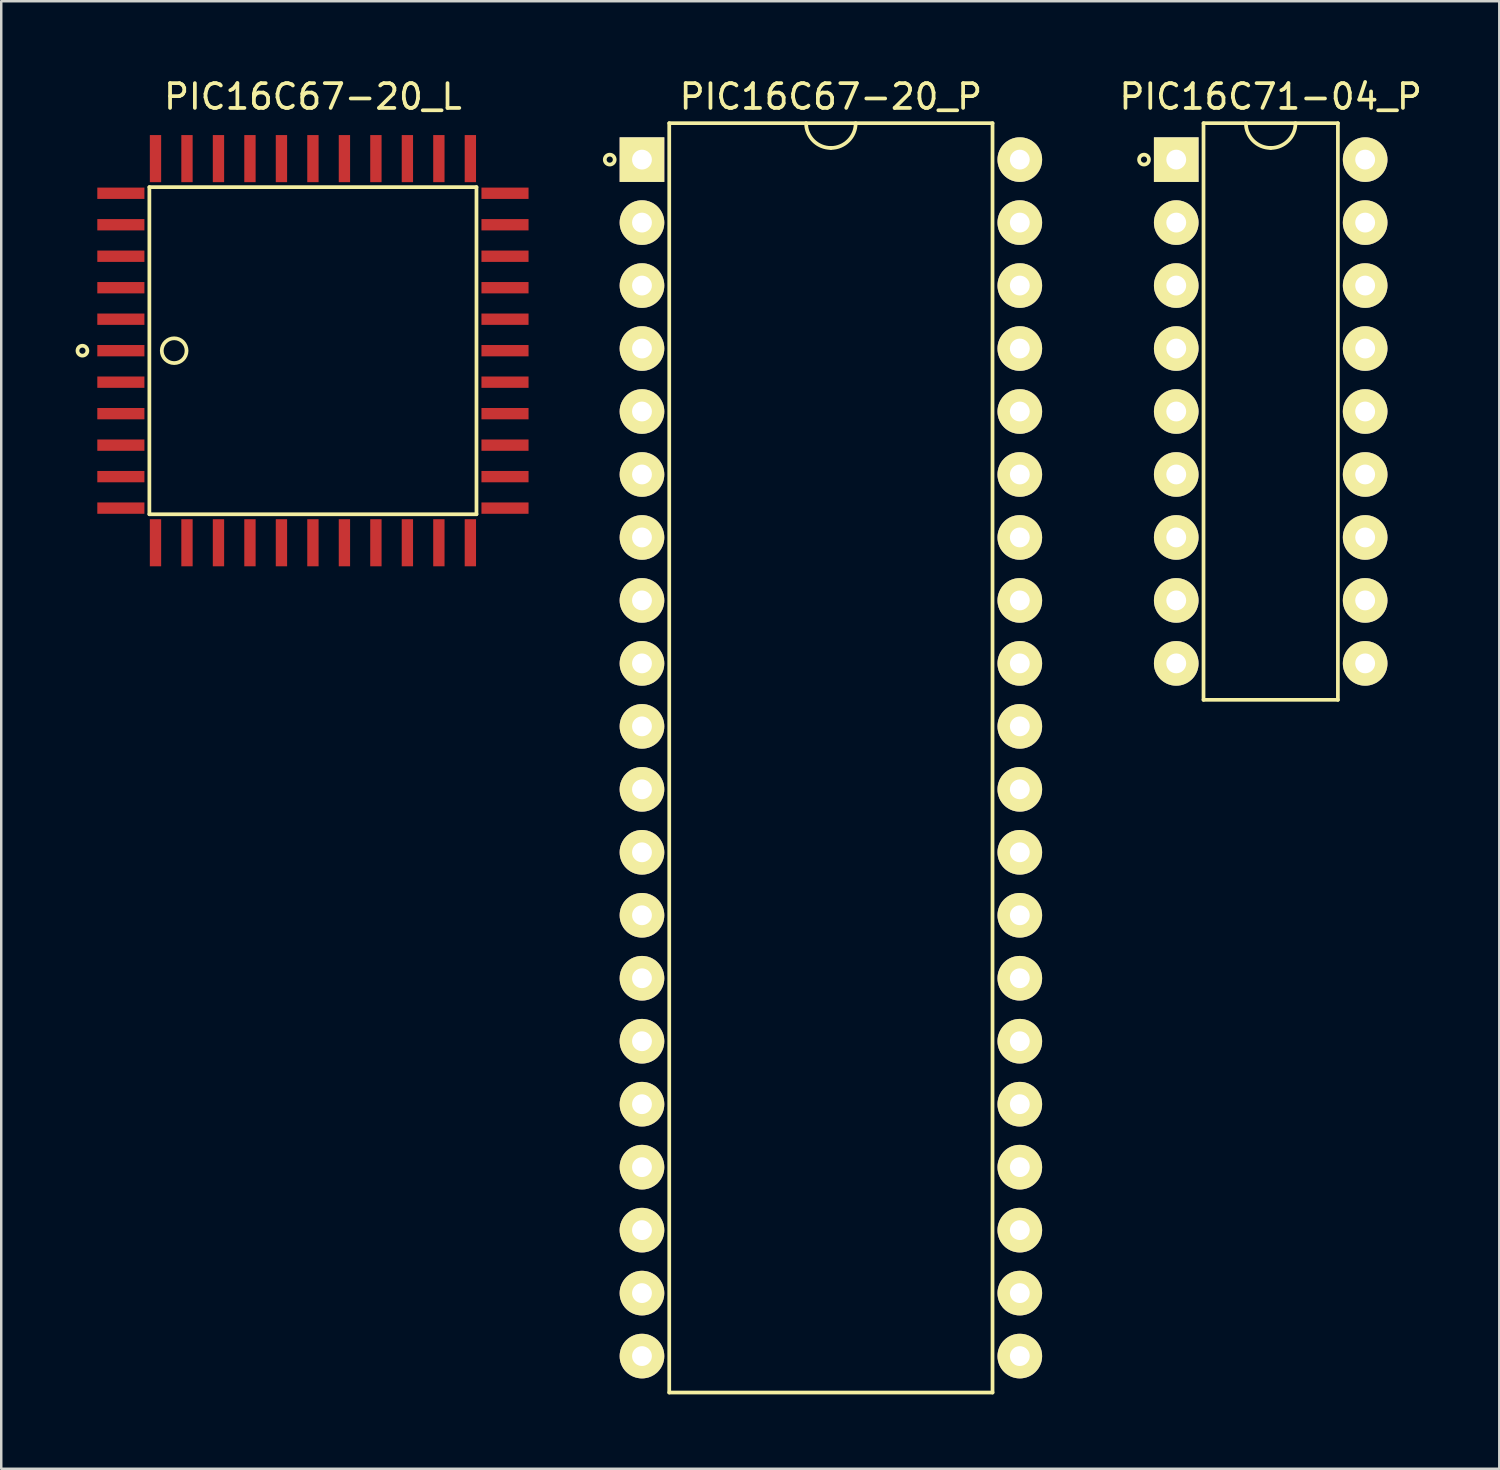
<source format=kicad_pcb>
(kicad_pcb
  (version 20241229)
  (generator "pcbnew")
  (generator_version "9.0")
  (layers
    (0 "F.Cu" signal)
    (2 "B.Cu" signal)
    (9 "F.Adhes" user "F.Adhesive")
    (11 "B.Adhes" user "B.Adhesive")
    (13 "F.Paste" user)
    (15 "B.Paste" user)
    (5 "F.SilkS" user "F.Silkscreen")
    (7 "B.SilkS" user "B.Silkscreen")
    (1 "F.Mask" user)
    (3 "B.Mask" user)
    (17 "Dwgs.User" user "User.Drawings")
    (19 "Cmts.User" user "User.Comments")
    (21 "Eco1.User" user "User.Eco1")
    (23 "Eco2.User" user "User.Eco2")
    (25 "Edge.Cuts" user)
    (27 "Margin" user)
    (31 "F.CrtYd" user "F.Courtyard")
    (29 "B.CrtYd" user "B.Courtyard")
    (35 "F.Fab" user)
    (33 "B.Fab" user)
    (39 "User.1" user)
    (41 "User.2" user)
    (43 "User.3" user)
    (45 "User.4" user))
  (footprint "PIC16C67-20_L"
    (layer "F.Cu")
    (at 1.825 3.348)
    (property "Reference" "PIC16C67-20_L" (at 7.747 -2.5 0) (layer "F.SilkS") (effects (font (size 1 1) (thickness 0.15))))
    (attr through_hole)
    (fp_line (start 1.15 1.15) (end 1.15 14.344) (stroke (width 0.15) (type solid)) (layer "F.SilkS"))
    (fp_line (start 1.15 1.15) (end 14.344 1.15) (stroke (width 0.15) (type solid)) (layer "F.SilkS"))
    (fp_line (start 1.15 14.344) (end 14.344 14.344) (stroke (width 0.15) (type solid)) (layer "F.SilkS"))
    (fp_line (start 14.344 14.344) (end 14.344 1.15) (stroke (width 0.15) (type solid)) (layer "F.SilkS"))
    (fp_circle (center -1.55 7.747) (end -1.55 7.547) (stroke (width 0.15) (type solid)) (fill no) (layer "F.SilkS"))
    (fp_circle (center 2.15 7.747) (end 2.15 7.247) (stroke (width 0.15) (type solid)) (fill no) (layer "F.SilkS"))
    (pad "1" smd rect (at 0 7.747) (size 1.9 0.457) (layers "F.Cu" "F.Mask" "F.Paste"))
    (pad "2" smd rect (at 0 9.017) (size 1.9 0.457) (layers "F.Cu" "F.Mask" "F.Paste"))
    (pad "3" smd rect (at 0 10.287) (size 1.9 0.457) (layers "F.Cu" "F.Mask" "F.Paste"))
    (pad "4" smd rect (at 0 11.557) (size 1.9 0.457) (layers "F.Cu" "F.Mask" "F.Paste"))
    (pad "5" smd rect (at 0 12.827) (size 1.9 0.457) (layers "F.Cu" "F.Mask" "F.Paste"))
    (pad "6" smd rect (at 0 14.097) (size 1.9 0.457) (layers "F.Cu" "F.Mask" "F.Paste"))
    (pad "7" smd rect (at 1.397 15.494) (size 0.457 1.9) (layers "F.Cu" "F.Mask" "F.Paste"))
    (pad "8" smd rect (at 2.667 15.494) (size 0.457 1.9) (layers "F.Cu" "F.Mask" "F.Paste"))
    (pad "9" smd rect (at 3.937 15.494) (size 0.457 1.9) (layers "F.Cu" "F.Mask" "F.Paste"))
    (pad "10" smd rect (at 5.207 15.494) (size 0.457 1.9) (layers "F.Cu" "F.Mask" "F.Paste"))
    (pad "11" smd rect (at 6.477 15.494) (size 0.457 1.9) (layers "F.Cu" "F.Mask" "F.Paste"))
    (pad "12" smd rect (at 7.747 15.494) (size 0.457 1.9) (layers "F.Cu" "F.Mask" "F.Paste"))
    (pad "13" smd rect (at 9.017 15.494) (size 0.457 1.9) (layers "F.Cu" "F.Mask" "F.Paste"))
    (pad "14" smd rect (at 10.287 15.494) (size 0.457 1.9) (layers "F.Cu" "F.Mask" "F.Paste"))
    (pad "15" smd rect (at 11.557 15.494) (size 0.457 1.9) (layers "F.Cu" "F.Mask" "F.Paste"))
    (pad "16" smd rect (at 12.827 15.494) (size 0.457 1.9) (layers "F.Cu" "F.Mask" "F.Paste"))
    (pad "17" smd rect (at 14.097 15.494) (size 0.457 1.9) (layers "F.Cu" "F.Mask" "F.Paste"))
    (pad "18" smd rect (at 15.494 14.097) (size 1.9 0.457) (layers "F.Cu" "F.Mask" "F.Paste"))
    (pad "19" smd rect (at 15.494 12.827) (size 1.9 0.457) (layers "F.Cu" "F.Mask" "F.Paste"))
    (pad "20" smd rect (at 15.494 11.557) (size 1.9 0.457) (layers "F.Cu" "F.Mask" "F.Paste"))
    (pad "21" smd rect (at 15.494 10.287) (size 1.9 0.457) (layers "F.Cu" "F.Mask" "F.Paste"))
    (pad "22" smd rect (at 15.494 9.017) (size 1.9 0.457) (layers "F.Cu" "F.Mask" "F.Paste"))
    (pad "23" smd rect (at 15.494 7.747) (size 1.9 0.457) (layers "F.Cu" "F.Mask" "F.Paste"))
    (pad "24" smd rect (at 15.494 6.477) (size 1.9 0.457) (layers "F.Cu" "F.Mask" "F.Paste"))
    (pad "25" smd rect (at 15.494 5.207) (size 1.9 0.457) (layers "F.Cu" "F.Mask" "F.Paste"))
    (pad "26" smd rect (at 15.494 3.937) (size 1.9 0.457) (layers "F.Cu" "F.Mask" "F.Paste"))
    (pad "27" smd rect (at 15.494 2.667) (size 1.9 0.457) (layers "F.Cu" "F.Mask" "F.Paste"))
    (pad "28" smd rect (at 15.494 1.397) (size 1.9 0.457) (layers "F.Cu" "F.Mask" "F.Paste"))
    (pad "29" smd rect (at 14.097 0) (size 0.457 1.9) (layers "F.Cu" "F.Mask" "F.Paste"))
    (pad "30" smd rect (at 12.827 0) (size 0.457 1.9) (layers "F.Cu" "F.Mask" "F.Paste"))
    (pad "31" smd rect (at 11.557 0) (size 0.457 1.9) (layers "F.Cu" "F.Mask" "F.Paste"))
    (pad "32" smd rect (at 10.287 0) (size 0.457 1.9) (layers "F.Cu" "F.Mask" "F.Paste"))
    (pad "33" smd rect (at 9.017 0) (size 0.457 1.9) (layers "F.Cu" "F.Mask" "F.Paste"))
    (pad "34" smd rect (at 7.747 0) (size 0.457 1.9) (layers "F.Cu" "F.Mask" "F.Paste"))
    (pad "35" smd rect (at 6.477 0) (size 0.457 1.9) (layers "F.Cu" "F.Mask" "F.Paste"))
    (pad "36" smd rect (at 5.207 0) (size 0.457 1.9) (layers "F.Cu" "F.Mask" "F.Paste"))
    (pad "37" smd rect (at 3.937 0) (size 0.457 1.9) (layers "F.Cu" "F.Mask" "F.Paste"))
    (pad "38" smd rect (at 2.667 0) (size 0.457 1.9) (layers "F.Cu" "F.Mask" "F.Paste"))
    (pad "39" smd rect (at 1.397 0) (size 0.457 1.9) (layers "F.Cu" "F.Mask" "F.Paste"))
    (pad "40" smd rect (at 0 1.397) (size 1.9 0.457) (layers "F.Cu" "F.Mask" "F.Paste"))
    (pad "41" smd rect (at 0 2.667) (size 1.9 0.457) (layers "F.Cu" "F.Mask" "F.Paste"))
    (pad "42" smd rect (at 0 3.937) (size 1.9 0.457) (layers "F.Cu" "F.Mask" "F.Paste"))
    (pad "43" smd rect (at 0 5.207) (size 1.9 0.457) (layers "F.Cu" "F.Mask" "F.Paste"))
    (pad "44" smd rect (at 0 6.477) (size 1.9 0.457) (layers "F.Cu" "F.Mask" "F.Paste")))
  (footprint "PIC16C67-20_P"
    (layer "F.Cu")
    (at 22.844 3.388)
    (property "Reference" "PIC16C67-20_P" (at 7.62 -2.54 0) (layer "F.SilkS") (effects (font (size 1 1) (thickness 0.15))))
    (attr through_hole)
    (fp_line (start 1.1 -1.47) (end 14.14 -1.47) (stroke (width 0.15) (type solid)) (layer "F.SilkS"))
    (fp_line (start 1.1 49.73) (end 1.1 -1.47) (stroke (width 0.15) (type solid)) (layer "F.SilkS"))
    (fp_line (start 14.14 -1.47) (end 14.14 49.73) (stroke (width 0.15) (type solid)) (layer "F.SilkS"))
    (fp_line (start 14.14 49.73) (end 1.1 49.73) (stroke (width 0.15) (type solid)) (layer "F.SilkS"))
    (fp_arc (start 7.62 -0.47) (mid 6.912893 -0.762893) (end 6.62 -1.47) (stroke (width 0.15) (type solid)) (layer "F.SilkS"))
    (fp_arc (start 8.62 -1.47) (mid 8.327107 -0.762893) (end 7.62 -0.47) (stroke (width 0.15) (type solid)) (layer "F.SilkS"))
    (fp_circle (center -1.3 0) (end -1.3 0.2) (stroke (width 0.15) (type solid)) (fill no) (layer "F.SilkS"))
    (pad "1" thru_hole rect (at 0 0) (size 1.8 1.8) (drill 0.8) (layers "*.Cu" "*.Mask" "F.SilkS"))
    (pad "2" thru_hole circle (at 0 2.54) (size 1.8 1.8) (drill 0.8) (layers "*.Cu" "*.Mask" "F.SilkS"))
    (pad "3" thru_hole circle (at 0 5.08) (size 1.8 1.8) (drill 0.8) (layers "*.Cu" "*.Mask" "F.SilkS"))
    (pad "4" thru_hole circle (at 0 7.62) (size 1.8 1.8) (drill 0.8) (layers "*.Cu" "*.Mask" "F.SilkS"))
    (pad "5" thru_hole circle (at 0 10.16) (size 1.8 1.8) (drill 0.8) (layers "*.Cu" "*.Mask" "F.SilkS"))
    (pad "6" thru_hole circle (at 0 12.7) (size 1.8 1.8) (drill 0.8) (layers "*.Cu" "*.Mask" "F.SilkS"))
    (pad "7" thru_hole circle (at 0 15.24) (size 1.8 1.8) (drill 0.8) (layers "*.Cu" "*.Mask" "F.SilkS"))
    (pad "8" thru_hole circle (at 0 17.78) (size 1.8 1.8) (drill 0.8) (layers "*.Cu" "*.Mask" "F.SilkS"))
    (pad "9" thru_hole circle (at 0 20.32) (size 1.8 1.8) (drill 0.8) (layers "*.Cu" "*.Mask" "F.SilkS"))
    (pad "10" thru_hole circle (at 0 22.86) (size 1.8 1.8) (drill 0.8) (layers "*.Cu" "*.Mask" "F.SilkS"))
    (pad "11" thru_hole circle (at 0 25.4) (size 1.8 1.8) (drill 0.8) (layers "*.Cu" "*.Mask" "F.SilkS"))
    (pad "12" thru_hole circle (at 0 27.94) (size 1.8 1.8) (drill 0.8) (layers "*.Cu" "*.Mask" "F.SilkS"))
    (pad "13" thru_hole circle (at 0 30.48) (size 1.8 1.8) (drill 0.8) (layers "*.Cu" "*.Mask" "F.SilkS"))
    (pad "14" thru_hole circle (at 0 33.02) (size 1.8 1.8) (drill 0.8) (layers "*.Cu" "*.Mask" "F.SilkS"))
    (pad "15" thru_hole circle (at 0 35.56) (size 1.8 1.8) (drill 0.8) (layers "*.Cu" "*.Mask" "F.SilkS"))
    (pad "16" thru_hole circle (at 0 38.1) (size 1.8 1.8) (drill 0.8) (layers "*.Cu" "*.Mask" "F.SilkS"))
    (pad "17" thru_hole circle (at 0 40.64) (size 1.8 1.8) (drill 0.8) (layers "*.Cu" "*.Mask" "F.SilkS"))
    (pad "18" thru_hole circle (at 0 43.18) (size 1.8 1.8) (drill 0.8) (layers "*.Cu" "*.Mask" "F.SilkS"))
    (pad "19" thru_hole circle (at 0 45.72) (size 1.8 1.8) (drill 0.8) (layers "*.Cu" "*.Mask" "F.SilkS"))
    (pad "20" thru_hole circle (at 0 48.26) (size 1.8 1.8) (drill 0.8) (layers "*.Cu" "*.Mask" "F.SilkS"))
    (pad "21" thru_hole circle (at 15.24 48.26) (size 1.8 1.8) (drill 0.8) (layers "*.Cu" "*.Mask" "F.SilkS"))
    (pad "22" thru_hole circle (at 15.24 45.72) (size 1.8 1.8) (drill 0.8) (layers "*.Cu" "*.Mask" "F.SilkS"))
    (pad "23" thru_hole circle (at 15.24 43.18) (size 1.8 1.8) (drill 0.8) (layers "*.Cu" "*.Mask" "F.SilkS"))
    (pad "24" thru_hole circle (at 15.24 40.64) (size 1.8 1.8) (drill 0.8) (layers "*.Cu" "*.Mask" "F.SilkS"))
    (pad "25" thru_hole circle (at 15.24 38.1) (size 1.8 1.8) (drill 0.8) (layers "*.Cu" "*.Mask" "F.SilkS"))
    (pad "26" thru_hole circle (at 15.24 35.56) (size 1.8 1.8) (drill 0.8) (layers "*.Cu" "*.Mask" "F.SilkS"))
    (pad "27" thru_hole circle (at 15.24 33.02) (size 1.8 1.8) (drill 0.8) (layers "*.Cu" "*.Mask" "F.SilkS"))
    (pad "28" thru_hole circle (at 15.24 30.48) (size 1.8 1.8) (drill 0.8) (layers "*.Cu" "*.Mask" "F.SilkS"))
    (pad "29" thru_hole circle (at 15.24 27.94) (size 1.8 1.8) (drill 0.8) (layers "*.Cu" "*.Mask" "F.SilkS"))
    (pad "30" thru_hole circle (at 15.24 25.4) (size 1.8 1.8) (drill 0.8) (layers "*.Cu" "*.Mask" "F.SilkS"))
    (pad "31" thru_hole circle (at 15.24 22.86) (size 1.8 1.8) (drill 0.8) (layers "*.Cu" "*.Mask" "F.SilkS"))
    (pad "32" thru_hole circle (at 15.24 20.32) (size 1.8 1.8) (drill 0.8) (layers "*.Cu" "*.Mask" "F.SilkS"))
    (pad "33" thru_hole circle (at 15.24 17.78) (size 1.8 1.8) (drill 0.8) (layers "*.Cu" "*.Mask" "F.SilkS"))
    (pad "34" thru_hole circle (at 15.24 15.24) (size 1.8 1.8) (drill 0.8) (layers "*.Cu" "*.Mask" "F.SilkS"))
    (pad "35" thru_hole circle (at 15.24 12.7) (size 1.8 1.8) (drill 0.8) (layers "*.Cu" "*.Mask" "F.SilkS"))
    (pad "36" thru_hole circle (at 15.24 10.16) (size 1.8 1.8) (drill 0.8) (layers "*.Cu" "*.Mask" "F.SilkS"))
    (pad "37" thru_hole circle (at 15.24 7.62) (size 1.8 1.8) (drill 0.8) (layers "*.Cu" "*.Mask" "F.SilkS"))
    (pad "38" thru_hole circle (at 15.24 5.08) (size 1.8 1.8) (drill 0.8) (layers "*.Cu" "*.Mask" "F.SilkS"))
    (pad "39" thru_hole circle (at 15.24 2.54) (size 1.8 1.8) (drill 0.8) (layers "*.Cu" "*.Mask" "F.SilkS"))
    (pad "40" thru_hole circle (at 15.24 0) (size 1.8 1.8) (drill 0.8) (layers "*.Cu" "*.Mask" "F.SilkS")))
  (footprint "PIC16C71-04_P"
    (layer "F.Cu")
    (at 44.394 3.388)
    (property "Reference" "PIC16C71-04_P" (at 3.81 -2.54 0) (layer "F.SilkS") (effects (font (size 1 1) (thickness 0.15))))
    (attr through_hole)
    (fp_line (start 1.1 -1.47) (end 6.52 -1.47) (stroke (width 0.15) (type solid)) (layer "F.SilkS"))
    (fp_line (start 1.1 21.79) (end 1.1 -1.47) (stroke (width 0.15) (type solid)) (layer "F.SilkS"))
    (fp_line (start 6.52 -1.47) (end 6.52 21.79) (stroke (width 0.15) (type solid)) (layer "F.SilkS"))
    (fp_line (start 6.52 21.79) (end 1.1 21.79) (stroke (width 0.15) (type solid)) (layer "F.SilkS"))
    (fp_arc (start 3.81 -0.47) (mid 3.102893 -0.762893) (end 2.81 -1.47) (stroke (width 0.15) (type solid)) (layer "F.SilkS"))
    (fp_arc (start 4.81 -1.47) (mid 4.517107 -0.762893) (end 3.81 -0.47) (stroke (width 0.15) (type solid)) (layer "F.SilkS"))
    (fp_circle (center -1.3 0) (end -1.3 0.2) (stroke (width 0.15) (type solid)) (fill no) (layer "F.SilkS"))
    (pad "1" thru_hole rect (at 0 0) (size 1.8 1.8) (drill 0.8) (layers "*.Cu" "*.Mask" "F.SilkS"))
    (pad "2" thru_hole circle (at 0 2.54) (size 1.8 1.8) (drill 0.8) (layers "*.Cu" "*.Mask" "F.SilkS"))
    (pad "3" thru_hole circle (at 0 5.08) (size 1.8 1.8) (drill 0.8) (layers "*.Cu" "*.Mask" "F.SilkS"))
    (pad "4" thru_hole circle (at 0 7.62) (size 1.8 1.8) (drill 0.8) (layers "*.Cu" "*.Mask" "F.SilkS"))
    (pad "5" thru_hole circle (at 0 10.16) (size 1.8 1.8) (drill 0.8) (layers "*.Cu" "*.Mask" "F.SilkS"))
    (pad "6" thru_hole circle (at 0 12.7) (size 1.8 1.8) (drill 0.8) (layers "*.Cu" "*.Mask" "F.SilkS"))
    (pad "7" thru_hole circle (at 0 15.24) (size 1.8 1.8) (drill 0.8) (layers "*.Cu" "*.Mask" "F.SilkS"))
    (pad "8" thru_hole circle (at 0 17.78) (size 1.8 1.8) (drill 0.8) (layers "*.Cu" "*.Mask" "F.SilkS"))
    (pad "9" thru_hole circle (at 0 20.32) (size 1.8 1.8) (drill 0.8) (layers "*.Cu" "*.Mask" "F.SilkS"))
    (pad "10" thru_hole circle (at 7.62 20.32) (size 1.8 1.8) (drill 0.8) (layers "*.Cu" "*.Mask" "F.SilkS"))
    (pad "11" thru_hole circle (at 7.62 17.78) (size 1.8 1.8) (drill 0.8) (layers "*.Cu" "*.Mask" "F.SilkS"))
    (pad "12" thru_hole circle (at 7.62 15.24) (size 1.8 1.8) (drill 0.8) (layers "*.Cu" "*.Mask" "F.SilkS"))
    (pad "13" thru_hole circle (at 7.62 12.7) (size 1.8 1.8) (drill 0.8) (layers "*.Cu" "*.Mask" "F.SilkS"))
    (pad "14" thru_hole circle (at 7.62 10.16) (size 1.8 1.8) (drill 0.8) (layers "*.Cu" "*.Mask" "F.SilkS"))
    (pad "15" thru_hole circle (at 7.62 7.62) (size 1.8 1.8) (drill 0.8) (layers "*.Cu" "*.Mask" "F.SilkS"))
    (pad "16" thru_hole circle (at 7.62 5.08) (size 1.8 1.8) (drill 0.8) (layers "*.Cu" "*.Mask" "F.SilkS"))
    (pad "17" thru_hole circle (at 7.62 2.54) (size 1.8 1.8) (drill 0.8) (layers "*.Cu" "*.Mask" "F.SilkS"))
    (pad "18" thru_hole circle (at 7.62 0) (size 1.8 1.8) (drill 0.8) (layers "*.Cu" "*.Mask" "F.SilkS")))
  (gr_rect
    (start -3 -3)
    (end 57.424 56.193)
    (stroke (width 0.1) (type default))
    (fill no)
    (layer "Edge.Cuts")))
</source>
